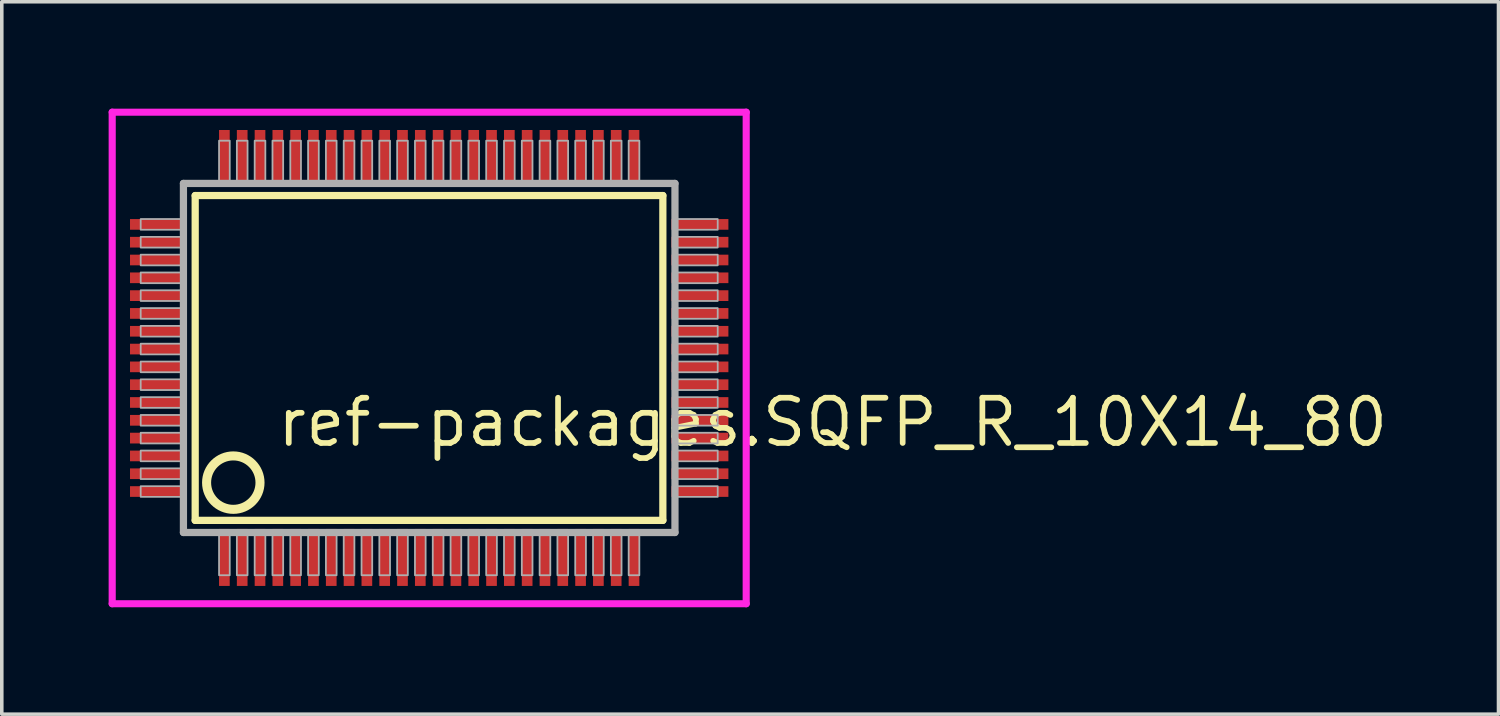
<source format=kicad_pcb>
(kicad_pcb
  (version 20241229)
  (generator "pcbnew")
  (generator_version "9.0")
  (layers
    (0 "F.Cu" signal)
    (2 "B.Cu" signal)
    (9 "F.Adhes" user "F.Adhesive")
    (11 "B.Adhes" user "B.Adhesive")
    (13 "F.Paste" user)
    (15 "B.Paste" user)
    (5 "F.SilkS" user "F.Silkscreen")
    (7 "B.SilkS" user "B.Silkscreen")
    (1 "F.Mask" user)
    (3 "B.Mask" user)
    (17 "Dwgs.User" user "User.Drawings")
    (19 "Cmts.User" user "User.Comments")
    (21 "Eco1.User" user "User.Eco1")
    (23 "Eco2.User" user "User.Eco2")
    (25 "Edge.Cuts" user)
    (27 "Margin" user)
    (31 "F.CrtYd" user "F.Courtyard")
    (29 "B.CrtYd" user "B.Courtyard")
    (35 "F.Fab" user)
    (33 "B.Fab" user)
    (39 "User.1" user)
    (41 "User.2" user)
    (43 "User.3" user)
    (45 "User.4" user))
  (footprint "ref-packages.SQFP_R_10X14_80"
    (layer "F.Cu")
    (at 9 7)
    (property "Reference" "ref-packages.SQFP_R_10X14_80" (at -4.35 2.55 0) (layer "F.SilkS") (effects (font (size 1.27 1.27) (thickness 0.16)) (justify left bottom)))
    (attr smd)
    (fp_line (start -6.57 -4.56) (end 6.56 -4.56) (stroke (width 0.203) (type default)) (layer "F.SilkS"))
    (fp_line (start -6.57 4.56) (end -6.57 -4.56) (stroke (width 0.203) (type default)) (layer "F.SilkS"))
    (fp_line (start 6.56 -4.56) (end 6.56 4.56) (stroke (width 0.203) (type default)) (layer "F.SilkS"))
    (fp_line (start 6.56 4.56) (end -6.57 4.56) (stroke (width 0.203) (type default)) (layer "F.SilkS"))
    (fp_circle (center -5.5 3.5) (end -4.75 3.5) (stroke (width 0.254) (type default)) (fill no) (layer "F.SilkS"))
    (fp_line (start -8.9 -6.9) (end 8.9 -6.9) (stroke (width 0.2) (type default)) (layer "F.CrtYd"))
    (fp_line (start -8.9 6.9) (end -8.9 -6.9) (stroke (width 0.2) (type default)) (layer "F.CrtYd"))
    (fp_line (start 8.9 -6.9) (end 8.9 6.9) (stroke (width 0.2) (type default)) (layer "F.CrtYd"))
    (fp_line (start 8.9 6.9) (end -8.9 6.9) (stroke (width 0.2) (type default)) (layer "F.CrtYd"))
    (fp_line (start -6.9 -4.9) (end -6.9 4.9) (stroke (width 0.203) (type default)) (layer "F.Fab"))
    (fp_line (start -6.9 4.9) (end 6.9 4.9) (stroke (width 0.203) (type default)) (layer "F.Fab"))
    (fp_line (start 6.9 -4.9) (end -6.9 -4.9) (stroke (width 0.203) (type default)) (layer "F.Fab"))
    (fp_line (start 6.9 4.9) (end 6.9 -4.9) (stroke (width 0.203) (type default)) (layer "F.Fab"))
    (fp_rect (start -8.1 -3.6) (end -6.95 -3.9) (stroke (width 0.05) (type default)) (fill no) (layer "F.Fab"))
    (fp_rect (start -8.1 -3.1) (end -6.95 -3.4) (stroke (width 0.05) (type default)) (fill no) (layer "F.Fab"))
    (fp_rect (start -8.1 -2.6) (end -6.95 -2.9) (stroke (width 0.05) (type default)) (fill no) (layer "F.Fab"))
    (fp_rect (start -8.1 -2.1) (end -6.95 -2.4) (stroke (width 0.05) (type default)) (fill no) (layer "F.Fab"))
    (fp_rect (start -8.1 -1.6) (end -6.95 -1.9) (stroke (width 0.05) (type default)) (fill no) (layer "F.Fab"))
    (fp_rect (start -8.1 -1.1) (end -6.95 -1.4) (stroke (width 0.05) (type default)) (fill no) (layer "F.Fab"))
    (fp_rect (start -8.1 -0.6) (end -6.95 -0.9) (stroke (width 0.05) (type default)) (fill no) (layer "F.Fab"))
    (fp_rect (start -8.1 -0.1) (end -6.95 -0.4) (stroke (width 0.05) (type default)) (fill no) (layer "F.Fab"))
    (fp_rect (start -8.1 0.4) (end -6.95 0.1) (stroke (width 0.05) (type default)) (fill no) (layer "F.Fab"))
    (fp_rect (start -8.1 0.9) (end -6.95 0.6) (stroke (width 0.05) (type default)) (fill no) (layer "F.Fab"))
    (fp_rect (start -8.1 1.4) (end -6.95 1.1) (stroke (width 0.05) (type default)) (fill no) (layer "F.Fab"))
    (fp_rect (start -8.1 1.9) (end -6.95 1.6) (stroke (width 0.05) (type default)) (fill no) (layer "F.Fab"))
    (fp_rect (start -8.1 2.4) (end -6.95 2.1) (stroke (width 0.05) (type default)) (fill no) (layer "F.Fab"))
    (fp_rect (start -8.1 2.9) (end -6.95 2.6) (stroke (width 0.05) (type default)) (fill no) (layer "F.Fab"))
    (fp_rect (start -8.1 3.4) (end -6.95 3.1) (stroke (width 0.05) (type default)) (fill no) (layer "F.Fab"))
    (fp_rect (start -8.1 3.9) (end -6.95 3.6) (stroke (width 0.05) (type default)) (fill no) (layer "F.Fab"))
    (fp_rect (start -5.9 -4.95) (end -5.6 -6.1) (stroke (width 0.05) (type default)) (fill no) (layer "F.Fab"))
    (fp_rect (start -5.9 6.1) (end -5.6 4.95) (stroke (width 0.05) (type default)) (fill no) (layer "F.Fab"))
    (fp_rect (start -5.4 -4.95) (end -5.1 -6.1) (stroke (width 0.05) (type default)) (fill no) (layer "F.Fab"))
    (fp_rect (start -5.4 6.1) (end -5.1 4.95) (stroke (width 0.05) (type default)) (fill no) (layer "F.Fab"))
    (fp_rect (start -4.9 -4.95) (end -4.6 -6.1) (stroke (width 0.05) (type default)) (fill no) (layer "F.Fab"))
    (fp_rect (start -4.9 6.1) (end -4.6 4.95) (stroke (width 0.05) (type default)) (fill no) (layer "F.Fab"))
    (fp_rect (start -4.4 -4.95) (end -4.1 -6.1) (stroke (width 0.05) (type default)) (fill no) (layer "F.Fab"))
    (fp_rect (start -4.4 6.1) (end -4.1 4.95) (stroke (width 0.05) (type default)) (fill no) (layer "F.Fab"))
    (fp_rect (start -3.9 -4.95) (end -3.6 -6.1) (stroke (width 0.05) (type default)) (fill no) (layer "F.Fab"))
    (fp_rect (start -3.9 6.1) (end -3.6 4.95) (stroke (width 0.05) (type default)) (fill no) (layer "F.Fab"))
    (fp_rect (start -3.4 -4.95) (end -3.1 -6.1) (stroke (width 0.05) (type default)) (fill no) (layer "F.Fab"))
    (fp_rect (start -3.4 6.1) (end -3.1 4.95) (stroke (width 0.05) (type default)) (fill no) (layer "F.Fab"))
    (fp_rect (start -2.9 -4.95) (end -2.6 -6.1) (stroke (width 0.05) (type default)) (fill no) (layer "F.Fab"))
    (fp_rect (start -2.9 6.1) (end -2.6 4.95) (stroke (width 0.05) (type default)) (fill no) (layer "F.Fab"))
    (fp_rect (start -2.4 -4.95) (end -2.1 -6.1) (stroke (width 0.05) (type default)) (fill no) (layer "F.Fab"))
    (fp_rect (start -2.4 6.1) (end -2.1 4.95) (stroke (width 0.05) (type default)) (fill no) (layer "F.Fab"))
    (fp_rect (start -1.9 -4.95) (end -1.6 -6.1) (stroke (width 0.05) (type default)) (fill no) (layer "F.Fab"))
    (fp_rect (start -1.9 6.1) (end -1.6 4.95) (stroke (width 0.05) (type default)) (fill no) (layer "F.Fab"))
    (fp_rect (start -1.4 -4.95) (end -1.1 -6.1) (stroke (width 0.05) (type default)) (fill no) (layer "F.Fab"))
    (fp_rect (start -1.4 6.1) (end -1.1 4.95) (stroke (width 0.05) (type default)) (fill no) (layer "F.Fab"))
    (fp_rect (start -0.9 -4.95) (end -0.6 -6.1) (stroke (width 0.05) (type default)) (fill no) (layer "F.Fab"))
    (fp_rect (start -0.9 6.1) (end -0.6 4.95) (stroke (width 0.05) (type default)) (fill no) (layer "F.Fab"))
    (fp_rect (start -0.4 -4.95) (end -0.1 -6.1) (stroke (width 0.05) (type default)) (fill no) (layer "F.Fab"))
    (fp_rect (start -0.4 6.1) (end -0.1 4.95) (stroke (width 0.05) (type default)) (fill no) (layer "F.Fab"))
    (fp_rect (start 0.1 -4.95) (end 0.4 -6.1) (stroke (width 0.05) (type default)) (fill no) (layer "F.Fab"))
    (fp_rect (start 0.1 6.1) (end 0.4 4.95) (stroke (width 0.05) (type default)) (fill no) (layer "F.Fab"))
    (fp_rect (start 0.6 -4.95) (end 0.9 -6.1) (stroke (width 0.05) (type default)) (fill no) (layer "F.Fab"))
    (fp_rect (start 0.6 6.1) (end 0.9 4.95) (stroke (width 0.05) (type default)) (fill no) (layer "F.Fab"))
    (fp_rect (start 1.1 -4.95) (end 1.4 -6.1) (stroke (width 0.05) (type default)) (fill no) (layer "F.Fab"))
    (fp_rect (start 1.1 6.1) (end 1.4 4.95) (stroke (width 0.05) (type default)) (fill no) (layer "F.Fab"))
    (fp_rect (start 1.6 -4.95) (end 1.9 -6.1) (stroke (width 0.05) (type default)) (fill no) (layer "F.Fab"))
    (fp_rect (start 1.6 6.1) (end 1.9 4.95) (stroke (width 0.05) (type default)) (fill no) (layer "F.Fab"))
    (fp_rect (start 2.1 -4.95) (end 2.4 -6.1) (stroke (width 0.05) (type default)) (fill no) (layer "F.Fab"))
    (fp_rect (start 2.1 6.1) (end 2.4 4.95) (stroke (width 0.05) (type default)) (fill no) (layer "F.Fab"))
    (fp_rect (start 2.6 -4.95) (end 2.9 -6.1) (stroke (width 0.05) (type default)) (fill no) (layer "F.Fab"))
    (fp_rect (start 2.6 6.1) (end 2.9 4.95) (stroke (width 0.05) (type default)) (fill no) (layer "F.Fab"))
    (fp_rect (start 3.1 -4.95) (end 3.4 -6.1) (stroke (width 0.05) (type default)) (fill no) (layer "F.Fab"))
    (fp_rect (start 3.1 6.1) (end 3.4 4.95) (stroke (width 0.05) (type default)) (fill no) (layer "F.Fab"))
    (fp_rect (start 3.6 -4.95) (end 3.9 -6.1) (stroke (width 0.05) (type default)) (fill no) (layer "F.Fab"))
    (fp_rect (start 3.6 6.1) (end 3.9 4.95) (stroke (width 0.05) (type default)) (fill no) (layer "F.Fab"))
    (fp_rect (start 4.1 -4.95) (end 4.4 -6.1) (stroke (width 0.05) (type default)) (fill no) (layer "F.Fab"))
    (fp_rect (start 4.1 6.1) (end 4.4 4.95) (stroke (width 0.05) (type default)) (fill no) (layer "F.Fab"))
    (fp_rect (start 4.6 -4.95) (end 4.9 -6.1) (stroke (width 0.05) (type default)) (fill no) (layer "F.Fab"))
    (fp_rect (start 4.6 6.1) (end 4.9 4.95) (stroke (width 0.05) (type default)) (fill no) (layer "F.Fab"))
    (fp_rect (start 5.1 -4.95) (end 5.4 -6.1) (stroke (width 0.05) (type default)) (fill no) (layer "F.Fab"))
    (fp_rect (start 5.1 6.1) (end 5.4 4.95) (stroke (width 0.05) (type default)) (fill no) (layer "F.Fab"))
    (fp_rect (start 5.6 -4.95) (end 5.9 -6.1) (stroke (width 0.05) (type default)) (fill no) (layer "F.Fab"))
    (fp_rect (start 5.6 6.1) (end 5.9 4.95) (stroke (width 0.05) (type default)) (fill no) (layer "F.Fab"))
    (fp_rect (start 6.95 -3.6) (end 8.1 -3.9) (stroke (width 0.05) (type default)) (fill no) (layer "F.Fab"))
    (fp_rect (start 6.95 -3.1) (end 8.1 -3.4) (stroke (width 0.05) (type default)) (fill no) (layer "F.Fab"))
    (fp_rect (start 6.95 -2.6) (end 8.1 -2.9) (stroke (width 0.05) (type default)) (fill no) (layer "F.Fab"))
    (fp_rect (start 6.95 -2.1) (end 8.1 -2.4) (stroke (width 0.05) (type default)) (fill no) (layer "F.Fab"))
    (fp_rect (start 6.95 -1.6) (end 8.1 -1.9) (stroke (width 0.05) (type default)) (fill no) (layer "F.Fab"))
    (fp_rect (start 6.95 -1.1) (end 8.1 -1.4) (stroke (width 0.05) (type default)) (fill no) (layer "F.Fab"))
    (fp_rect (start 6.95 -0.6) (end 8.1 -0.9) (stroke (width 0.05) (type default)) (fill no) (layer "F.Fab"))
    (fp_rect (start 6.95 -0.1) (end 8.1 -0.4) (stroke (width 0.05) (type default)) (fill no) (layer "F.Fab"))
    (fp_rect (start 6.95 0.4) (end 8.1 0.1) (stroke (width 0.05) (type default)) (fill no) (layer "F.Fab"))
    (fp_rect (start 6.95 0.9) (end 8.1 0.6) (stroke (width 0.05) (type default)) (fill no) (layer "F.Fab"))
    (fp_rect (start 6.95 1.4) (end 8.1 1.1) (stroke (width 0.05) (type default)) (fill no) (layer "F.Fab"))
    (fp_rect (start 6.95 1.9) (end 8.1 1.6) (stroke (width 0.05) (type default)) (fill no) (layer "F.Fab"))
    (fp_rect (start 6.95 2.4) (end 8.1 2.1) (stroke (width 0.05) (type default)) (fill no) (layer "F.Fab"))
    (fp_rect (start 6.95 2.9) (end 8.1 2.6) (stroke (width 0.05) (type default)) (fill no) (layer "F.Fab"))
    (fp_rect (start 6.95 3.4) (end 8.1 3.1) (stroke (width 0.05) (type default)) (fill no) (layer "F.Fab"))
    (fp_rect (start 6.95 3.9) (end 8.1 3.6) (stroke (width 0.05) (type default)) (fill no) (layer "F.Fab"))
    (pad "1" smd roundrect (at -5.75 5.6) (size 0.3 1.6) (layers "F.Cu" "F.Mask" "F.Paste") (roundrect_rratio 0.01))
    (pad "2" smd roundrect (at -5.25 5.6) (size 0.3 1.6) (layers "F.Cu" "F.Mask" "F.Paste") (roundrect_rratio 0.01))
    (pad "3" smd roundrect (at -4.75 5.6) (size 0.3 1.6) (layers "F.Cu" "F.Mask" "F.Paste") (roundrect_rratio 0.01))
    (pad "4" smd roundrect (at -4.25 5.6) (size 0.3 1.6) (layers "F.Cu" "F.Mask" "F.Paste") (roundrect_rratio 0.01))
    (pad "5" smd roundrect (at -3.75 5.6) (size 0.3 1.6) (layers "F.Cu" "F.Mask" "F.Paste") (roundrect_rratio 0.01))
    (pad "6" smd roundrect (at -3.25 5.6) (size 0.3 1.6) (layers "F.Cu" "F.Mask" "F.Paste") (roundrect_rratio 0.01))
    (pad "7" smd roundrect (at -2.75 5.6) (size 0.3 1.6) (layers "F.Cu" "F.Mask" "F.Paste") (roundrect_rratio 0.01))
    (pad "8" smd roundrect (at -2.25 5.6) (size 0.3 1.6) (layers "F.Cu" "F.Mask" "F.Paste") (roundrect_rratio 0.01))
    (pad "9" smd roundrect (at -1.75 5.6) (size 0.3 1.6) (layers "F.Cu" "F.Mask" "F.Paste") (roundrect_rratio 0.01))
    (pad "10" smd roundrect (at -1.25 5.6) (size 0.3 1.6) (layers "F.Cu" "F.Mask" "F.Paste") (roundrect_rratio 0.01))
    (pad "11" smd roundrect (at -0.75 5.6) (size 0.3 1.6) (layers "F.Cu" "F.Mask" "F.Paste") (roundrect_rratio 0.01))
    (pad "12" smd roundrect (at -0.25 5.6) (size 0.3 1.6) (layers "F.Cu" "F.Mask" "F.Paste") (roundrect_rratio 0.01))
    (pad "13" smd roundrect (at 0.25 5.6) (size 0.3 1.6) (layers "F.Cu" "F.Mask" "F.Paste") (roundrect_rratio 0.01))
    (pad "14" smd roundrect (at 0.75 5.6) (size 0.3 1.6) (layers "F.Cu" "F.Mask" "F.Paste") (roundrect_rratio 0.01))
    (pad "15" smd roundrect (at 1.25 5.6) (size 0.3 1.6) (layers "F.Cu" "F.Mask" "F.Paste") (roundrect_rratio 0.01))
    (pad "16" smd roundrect (at 1.75 5.6) (size 0.3 1.6) (layers "F.Cu" "F.Mask" "F.Paste") (roundrect_rratio 0.01))
    (pad "17" smd roundrect (at 2.25 5.6) (size 0.3 1.6) (layers "F.Cu" "F.Mask" "F.Paste") (roundrect_rratio 0.01))
    (pad "18" smd roundrect (at 2.75 5.6) (size 0.3 1.6) (layers "F.Cu" "F.Mask" "F.Paste") (roundrect_rratio 0.01))
    (pad "19" smd roundrect (at 3.25 5.6) (size 0.3 1.6) (layers "F.Cu" "F.Mask" "F.Paste") (roundrect_rratio 0.01))
    (pad "20" smd roundrect (at 3.75 5.6) (size 0.3 1.6) (layers "F.Cu" "F.Mask" "F.Paste") (roundrect_rratio 0.01))
    (pad "21" smd roundrect (at 4.25 5.6) (size 0.3 1.6) (layers "F.Cu" "F.Mask" "F.Paste") (roundrect_rratio 0.01))
    (pad "22" smd roundrect (at 4.75 5.6) (size 0.3 1.6) (layers "F.Cu" "F.Mask" "F.Paste") (roundrect_rratio 0.01))
    (pad "23" smd roundrect (at 5.25 5.6) (size 0.3 1.6) (layers "F.Cu" "F.Mask" "F.Paste") (roundrect_rratio 0.01))
    (pad "24" smd roundrect (at 5.75 5.6) (size 0.3 1.6) (layers "F.Cu" "F.Mask" "F.Paste") (roundrect_rratio 0.01))
    (pad "25" smd roundrect (at 7.6 3.75) (size 1.6 0.3) (layers "F.Cu" "F.Mask" "F.Paste") (roundrect_rratio 0.01))
    (pad "26" smd roundrect (at 7.6 3.25) (size 1.6 0.3) (layers "F.Cu" "F.Mask" "F.Paste") (roundrect_rratio 0.01))
    (pad "27" smd roundrect (at 7.6 2.75) (size 1.6 0.3) (layers "F.Cu" "F.Mask" "F.Paste") (roundrect_rratio 0.01))
    (pad "28" smd roundrect (at 7.6 2.25) (size 1.6 0.3) (layers "F.Cu" "F.Mask" "F.Paste") (roundrect_rratio 0.01))
    (pad "29" smd roundrect (at 7.6 1.75) (size 1.6 0.3) (layers "F.Cu" "F.Mask" "F.Paste") (roundrect_rratio 0.01))
    (pad "30" smd roundrect (at 7.6 1.25) (size 1.6 0.3) (layers "F.Cu" "F.Mask" "F.Paste") (roundrect_rratio 0.01))
    (pad "31" smd roundrect (at 7.6 0.75) (size 1.6 0.3) (layers "F.Cu" "F.Mask" "F.Paste") (roundrect_rratio 0.01))
    (pad "32" smd roundrect (at 7.6 0.25) (size 1.6 0.3) (layers "F.Cu" "F.Mask" "F.Paste") (roundrect_rratio 0.01))
    (pad "33" smd roundrect (at 7.6 -0.25) (size 1.6 0.3) (layers "F.Cu" "F.Mask" "F.Paste") (roundrect_rratio 0.01))
    (pad "34" smd roundrect (at 7.6 -0.75) (size 1.6 0.3) (layers "F.Cu" "F.Mask" "F.Paste") (roundrect_rratio 0.01))
    (pad "35" smd roundrect (at 7.6 -1.25) (size 1.6 0.3) (layers "F.Cu" "F.Mask" "F.Paste") (roundrect_rratio 0.01))
    (pad "36" smd roundrect (at 7.6 -1.75) (size 1.6 0.3) (layers "F.Cu" "F.Mask" "F.Paste") (roundrect_rratio 0.01))
    (pad "37" smd roundrect (at 7.6 -2.25) (size 1.6 0.3) (layers "F.Cu" "F.Mask" "F.Paste") (roundrect_rratio 0.01))
    (pad "38" smd roundrect (at 7.6 -2.75) (size 1.6 0.3) (layers "F.Cu" "F.Mask" "F.Paste") (roundrect_rratio 0.01))
    (pad "39" smd roundrect (at 7.6 -3.25) (size 1.6 0.3) (layers "F.Cu" "F.Mask" "F.Paste") (roundrect_rratio 0.01))
    (pad "40" smd roundrect (at 7.6 -3.75) (size 1.6 0.3) (layers "F.Cu" "F.Mask" "F.Paste") (roundrect_rratio 0.01))
    (pad "41" smd roundrect (at 5.75 -5.6) (size 0.3 1.6) (layers "F.Cu" "F.Mask" "F.Paste") (roundrect_rratio 0.01))
    (pad "42" smd roundrect (at 5.25 -5.6) (size 0.3 1.6) (layers "F.Cu" "F.Mask" "F.Paste") (roundrect_rratio 0.01))
    (pad "43" smd roundrect (at 4.75 -5.6) (size 0.3 1.6) (layers "F.Cu" "F.Mask" "F.Paste") (roundrect_rratio 0.01))
    (pad "44" smd roundrect (at 4.25 -5.6) (size 0.3 1.6) (layers "F.Cu" "F.Mask" "F.Paste") (roundrect_rratio 0.01))
    (pad "45" smd roundrect (at 3.75 -5.6) (size 0.3 1.6) (layers "F.Cu" "F.Mask" "F.Paste") (roundrect_rratio 0.01))
    (pad "46" smd roundrect (at 3.25 -5.6) (size 0.3 1.6) (layers "F.Cu" "F.Mask" "F.Paste") (roundrect_rratio 0.01))
    (pad "47" smd roundrect (at 2.75 -5.6) (size 0.3 1.6) (layers "F.Cu" "F.Mask" "F.Paste") (roundrect_rratio 0.01))
    (pad "48" smd roundrect (at 2.25 -5.6) (size 0.3 1.6) (layers "F.Cu" "F.Mask" "F.Paste") (roundrect_rratio 0.01))
    (pad "49" smd roundrect (at 1.75 -5.6) (size 0.3 1.6) (layers "F.Cu" "F.Mask" "F.Paste") (roundrect_rratio 0.01))
    (pad "50" smd roundrect (at 1.25 -5.6) (size 0.3 1.6) (layers "F.Cu" "F.Mask" "F.Paste") (roundrect_rratio 0.01))
    (pad "51" smd roundrect (at 0.75 -5.6) (size 0.3 1.6) (layers "F.Cu" "F.Mask" "F.Paste") (roundrect_rratio 0.01))
    (pad "52" smd roundrect (at 0.25 -5.6) (size 0.3 1.6) (layers "F.Cu" "F.Mask" "F.Paste") (roundrect_rratio 0.01))
    (pad "53" smd roundrect (at -0.25 -5.6) (size 0.3 1.6) (layers "F.Cu" "F.Mask" "F.Paste") (roundrect_rratio 0.01))
    (pad "54" smd roundrect (at -0.75 -5.6) (size 0.3 1.6) (layers "F.Cu" "F.Mask" "F.Paste") (roundrect_rratio 0.01))
    (pad "55" smd roundrect (at -1.25 -5.6) (size 0.3 1.6) (layers "F.Cu" "F.Mask" "F.Paste") (roundrect_rratio 0.01))
    (pad "56" smd roundrect (at -1.75 -5.6) (size 0.3 1.6) (layers "F.Cu" "F.Mask" "F.Paste") (roundrect_rratio 0.01))
    (pad "57" smd roundrect (at -2.25 -5.6) (size 0.3 1.6) (layers "F.Cu" "F.Mask" "F.Paste") (roundrect_rratio 0.01))
    (pad "58" smd roundrect (at -2.75 -5.6) (size 0.3 1.6) (layers "F.Cu" "F.Mask" "F.Paste") (roundrect_rratio 0.01))
    (pad "59" smd roundrect (at -3.25 -5.6) (size 0.3 1.6) (layers "F.Cu" "F.Mask" "F.Paste") (roundrect_rratio 0.01))
    (pad "60" smd roundrect (at -3.75 -5.6) (size 0.3 1.6) (layers "F.Cu" "F.Mask" "F.Paste") (roundrect_rratio 0.01))
    (pad "61" smd roundrect (at -4.25 -5.6) (size 0.3 1.6) (layers "F.Cu" "F.Mask" "F.Paste") (roundrect_rratio 0.01))
    (pad "62" smd roundrect (at -4.75 -5.6) (size 0.3 1.6) (layers "F.Cu" "F.Mask" "F.Paste") (roundrect_rratio 0.01))
    (pad "63" smd roundrect (at -5.25 -5.6) (size 0.3 1.6) (layers "F.Cu" "F.Mask" "F.Paste") (roundrect_rratio 0.01))
    (pad "64" smd roundrect (at -5.75 -5.6) (size 0.3 1.6) (layers "F.Cu" "F.Mask" "F.Paste") (roundrect_rratio 0.01))
    (pad "65" smd roundrect (at -7.6 -3.75) (size 1.6 0.3) (layers "F.Cu" "F.Mask" "F.Paste") (roundrect_rratio 0.01))
    (pad "66" smd roundrect (at -7.6 -3.25) (size 1.6 0.3) (layers "F.Cu" "F.Mask" "F.Paste") (roundrect_rratio 0.01))
    (pad "67" smd roundrect (at -7.6 -2.75) (size 1.6 0.3) (layers "F.Cu" "F.Mask" "F.Paste") (roundrect_rratio 0.01))
    (pad "68" smd roundrect (at -7.6 -2.25) (size 1.6 0.3) (layers "F.Cu" "F.Mask" "F.Paste") (roundrect_rratio 0.01))
    (pad "69" smd roundrect (at -7.6 -1.75) (size 1.6 0.3) (layers "F.Cu" "F.Mask" "F.Paste") (roundrect_rratio 0.01))
    (pad "70" smd roundrect (at -7.6 -1.25) (size 1.6 0.3) (layers "F.Cu" "F.Mask" "F.Paste") (roundrect_rratio 0.01))
    (pad "71" smd roundrect (at -7.6 -0.75) (size 1.6 0.3) (layers "F.Cu" "F.Mask" "F.Paste") (roundrect_rratio 0.01))
    (pad "72" smd roundrect (at -7.6 -0.25) (size 1.6 0.3) (layers "F.Cu" "F.Mask" "F.Paste") (roundrect_rratio 0.01))
    (pad "73" smd roundrect (at -7.6 0.25) (size 1.6 0.3) (layers "F.Cu" "F.Mask" "F.Paste") (roundrect_rratio 0.01))
    (pad "74" smd roundrect (at -7.6 0.75) (size 1.6 0.3) (layers "F.Cu" "F.Mask" "F.Paste") (roundrect_rratio 0.01))
    (pad "75" smd roundrect (at -7.6 1.25) (size 1.6 0.3) (layers "F.Cu" "F.Mask" "F.Paste") (roundrect_rratio 0.01))
    (pad "76" smd roundrect (at -7.6 1.75) (size 1.6 0.3) (layers "F.Cu" "F.Mask" "F.Paste") (roundrect_rratio 0.01))
    (pad "77" smd roundrect (at -7.6 2.25) (size 1.6 0.3) (layers "F.Cu" "F.Mask" "F.Paste") (roundrect_rratio 0.01))
    (pad "78" smd roundrect (at -7.6 2.75) (size 1.6 0.3) (layers "F.Cu" "F.Mask" "F.Paste") (roundrect_rratio 0.01))
    (pad "79" smd roundrect (at -7.6 3.25) (size 1.6 0.3) (layers "F.Cu" "F.Mask" "F.Paste") (roundrect_rratio 0.01))
    (pad "80" smd roundrect (at -7.6 3.75) (size 1.6 0.3) (layers "F.Cu" "F.Mask" "F.Paste") (roundrect_rratio 0.01)))
  (gr_rect
    (start -3 -3)
    (end 39.021 17)
    (stroke (width 0.1) (type default))
    (fill no)
    (layer "Edge.Cuts")))
</source>
